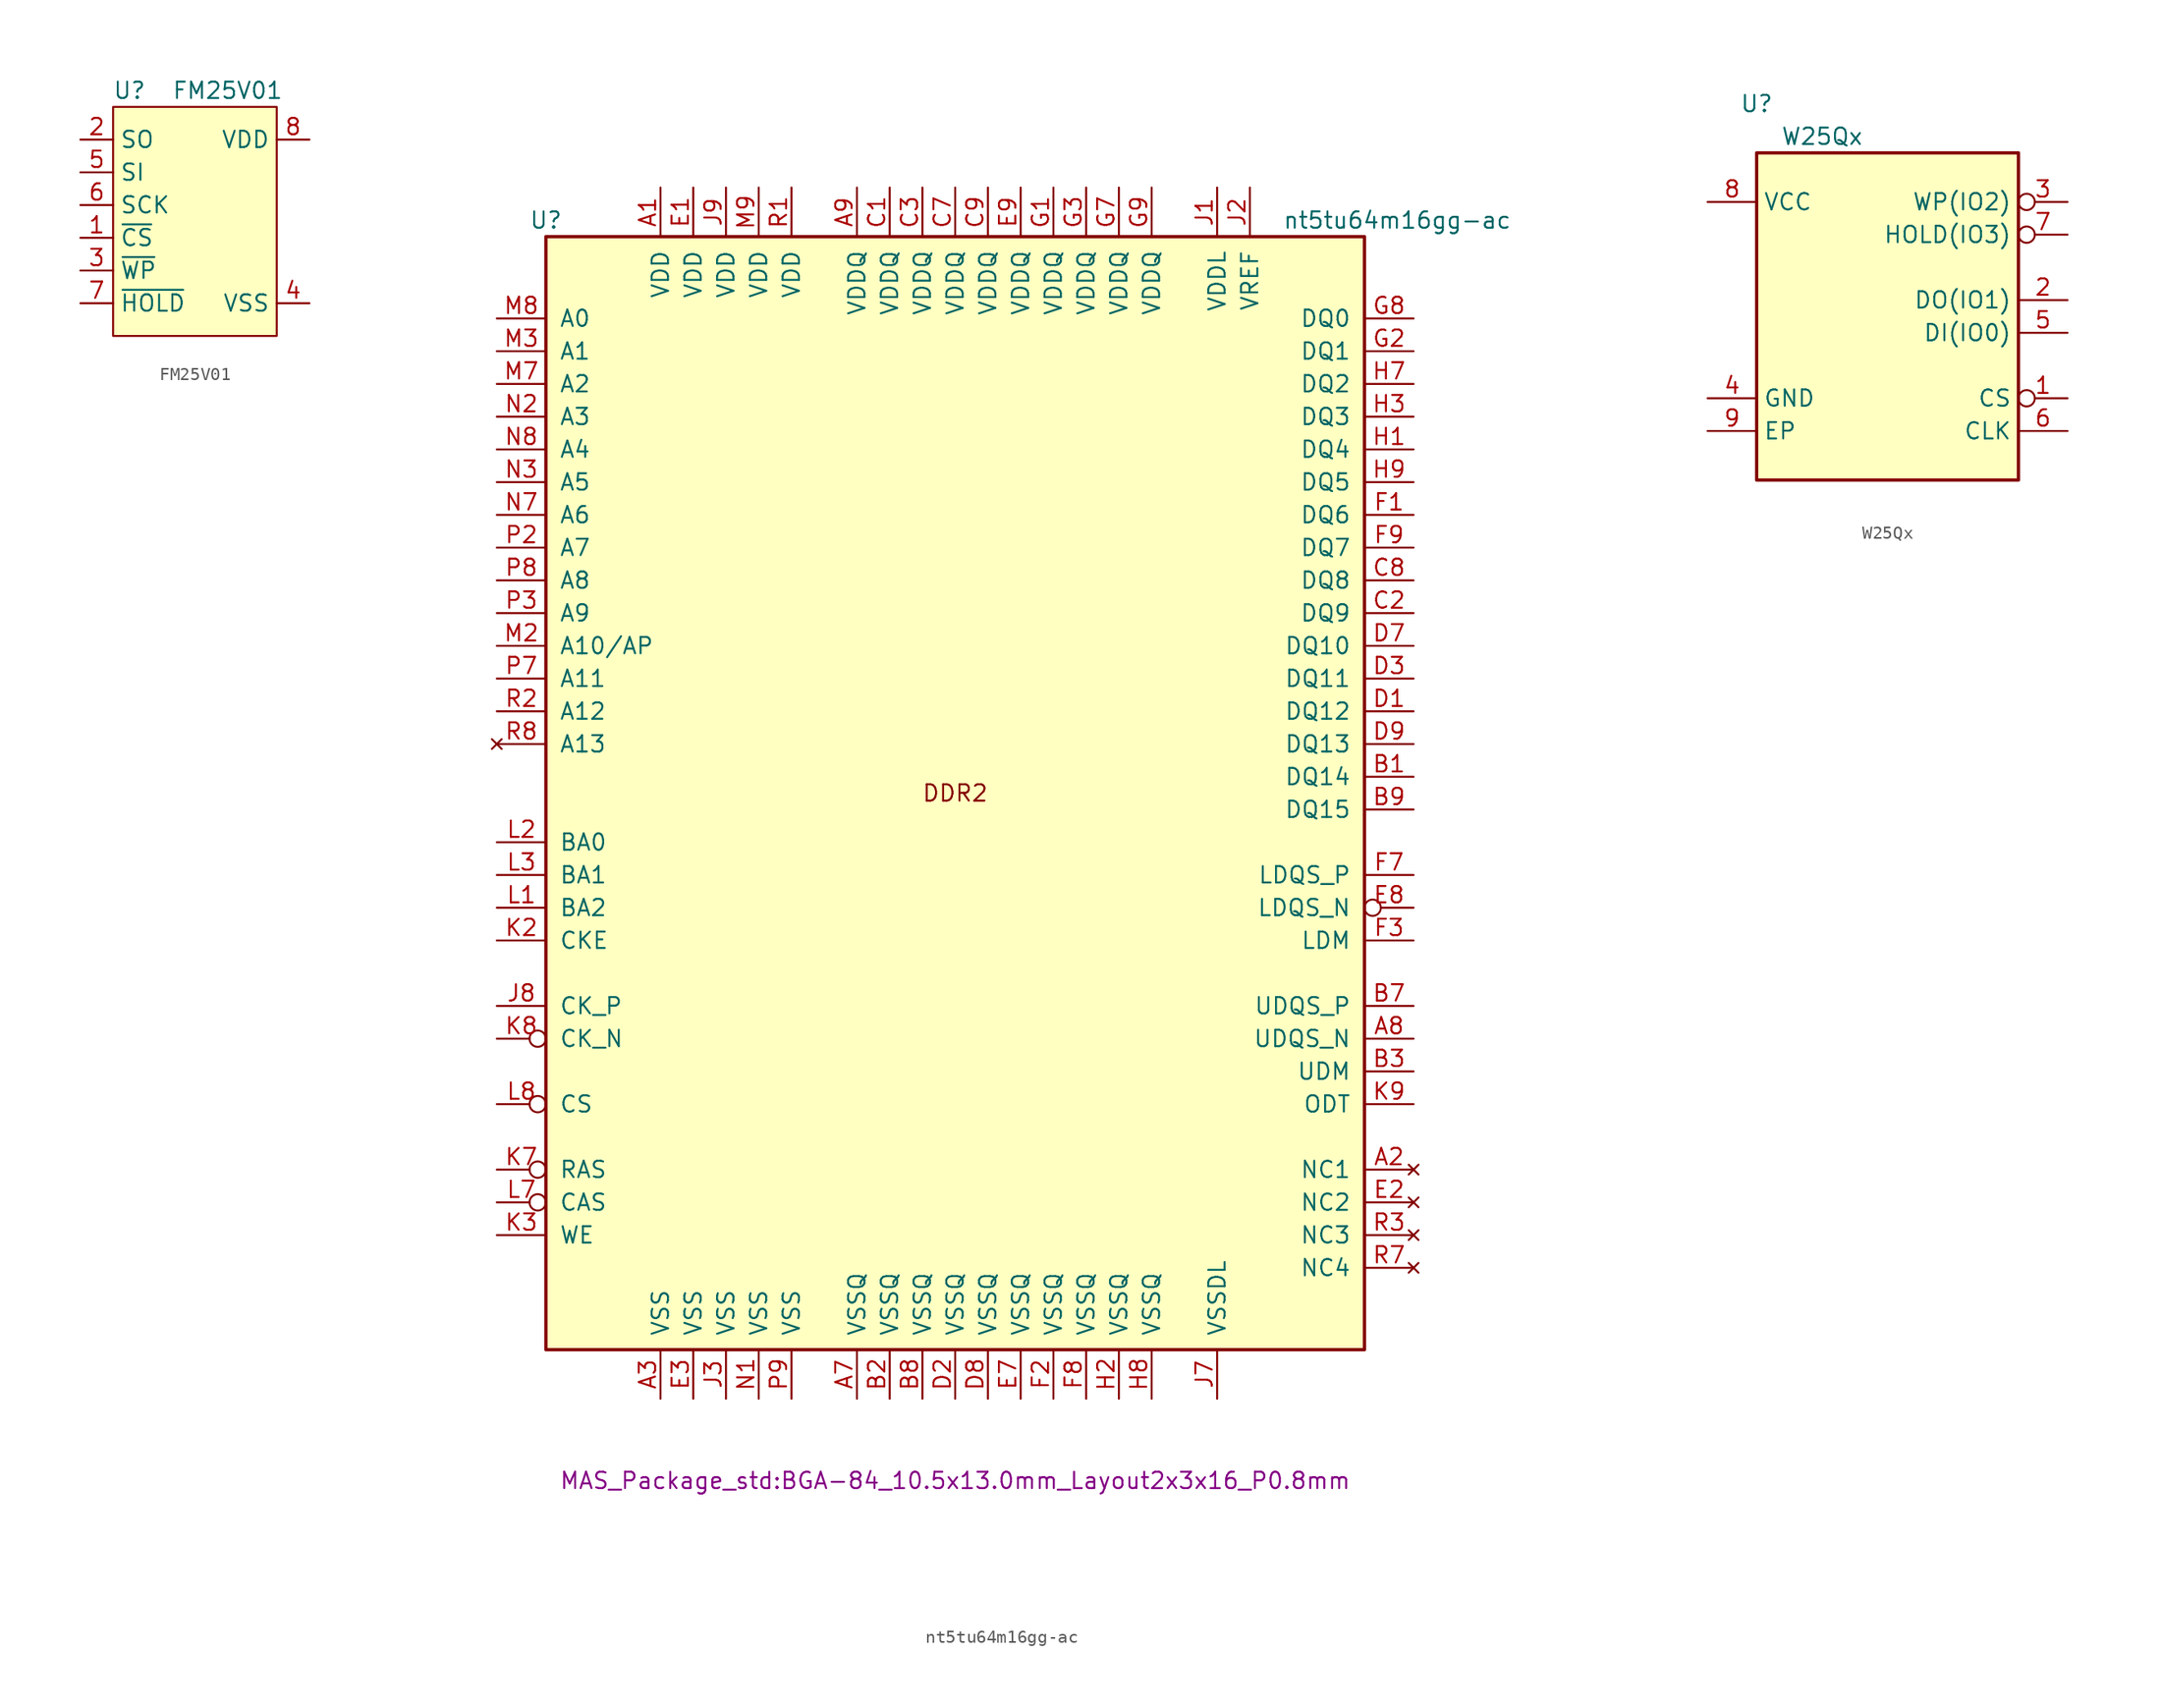
<source format=kicad_sym>
(kicad_symbol_lib
  (version 20211014)
  (generator kicad_symbol_editor)
  (symbol "FM25V01"
    (property "Reference" "U"
      (at -5.08 8.89 0)
      (effects (font (size 1.27 1.27))))
    (property "Value" "FM25V01"
      (at 2.54 8.89 0)
      (effects (font (size 1.27 1.27))))
    (symbol "FM25V01_0_0"
      (pin input line (at -8.89 -2.54 0) (length 2.54) (name "~{CS}" (effects (font (size 1.27 1.27)))) (number "1" (effects (font (size 1.27 1.27)))))
      (pin output line (at -8.89 5.08 0) (length 2.54) (name "SO" (effects (font (size 1.27 1.27)))) (number "2" (effects (font (size 1.27 1.27)))))
      (pin input line (at -8.89 -5.08 0) (length 2.54) (name "~{WP}" (effects (font (size 1.27 1.27)))) (number "3" (effects (font (size 1.27 1.27)))))
      (pin power_in line (at 8.89 -7.62 180) (length 2.54) (name "VSS" (effects (font (size 1.27 1.27)))) (number "4" (effects (font (size 1.27 1.27)))))
      (pin input line (at -8.89 2.54 0) (length 2.54) (name "SI" (effects (font (size 1.27 1.27)))) (number "5" (effects (font (size 1.27 1.27)))))
      (pin input line (at -8.89 0 0) (length 2.54) (name "SCK" (effects (font (size 1.27 1.27)))) (number "6" (effects (font (size 1.27 1.27)))))
      (pin input line (at -8.89 -7.62 0) (length 2.54) (name "~{HOLD}" (effects (font (size 1.27 1.27)))) (number "7" (effects (font (size 1.27 1.27)))))
      (pin power_in line (at 8.89 5.08 180) (length 2.54) (name "VDD" (effects (font (size 1.27 1.27)))) (number "8" (effects (font (size 1.27 1.27))))))
    (symbol "FM25V01_0_1"
      (rectangle (start -6.35 7.62) (end 6.35 -10.16) (stroke (width 0) (type default) (color 0 0 0 0)) (fill (type background)))))
  (symbol "nt5tu64m16gg-ac"
    (pin_names
      (offset 1.016))
    (property "Reference" "U"
      (at -31.75 44.45 0)
      (effects (font (size 1.27 1.27))))
    (property "Value" "nt5tu64m16gg-ac"
      (at 34.29 44.45 0)
      (effects (font (size 1.27 1.27))))
    (property "Footprint" "MAS_Package_std:BGA-84_10.5x13.0mm_Layout2x3x16_P0.8mm"
      (at 0 -53.34 0)
      (effects (font (size 1.27 1.27))))
    (symbol "nt5tu64m16gg-ac_0_0"
      (text "DDR2" (at 0 0 0) (effects (font (size 1.27 1.27))))
      (pin power_in line (at -22.86 46.99 270) (length 3.81) (name "VDD" (effects (font (size 1.27 1.27)))) (number "A1" (effects (font (size 1.27 1.27)))))
      (pin no_connect line (at 35.56 -29.21 180) (length 3.81) (name "NC1" (effects (font (size 1.27 1.27)))) (number "A2" (effects (font (size 1.27 1.27)))))
      (pin power_in line (at -22.86 -46.99 90) (length 3.81) (name "VSS" (effects (font (size 1.27 1.27)))) (number "A3" (effects (font (size 1.27 1.27)))))
      (pin power_in line (at -7.62 -46.99 90) (length 3.81) (name "VSSQ" (effects (font (size 1.27 1.27)))) (number "A7" (effects (font (size 1.27 1.27)))))
      (pin bidirectional line (at 35.56 -19.05 180) (length 3.81) (name "UDQS_N" (effects (font (size 1.27 1.27)))) (number "A8" (effects (font (size 1.27 1.27)))))
      (pin power_in line (at -7.62 46.99 270) (length 3.81) (name "VDDQ" (effects (font (size 1.27 1.27)))) (number "A9" (effects (font (size 1.27 1.27)))))
      (pin bidirectional line (at 35.56 1.27 180) (length 3.81) (name "DQ14" (effects (font (size 1.27 1.27)))) (number "B1" (effects (font (size 1.27 1.27)))))
      (pin power_in line (at -5.08 -46.99 90) (length 3.81) (name "VSSQ" (effects (font (size 1.27 1.27)))) (number "B2" (effects (font (size 1.27 1.27)))))
      (pin input line (at 35.56 -21.59 180) (length 3.81) (name "UDM" (effects (font (size 1.27 1.27)))) (number "B3" (effects (font (size 1.27 1.27)))))
      (pin bidirectional line (at 35.56 -16.51 180) (length 3.81) (name "UDQS_P" (effects (font (size 1.27 1.27)))) (number "B7" (effects (font (size 1.27 1.27)))))
      (pin power_in line (at -2.54 -46.99 90) (length 3.81) (name "VSSQ" (effects (font (size 1.27 1.27)))) (number "B8" (effects (font (size 1.27 1.27)))))
      (pin bidirectional line (at 35.56 -1.27 180) (length 3.81) (name "DQ15" (effects (font (size 1.27 1.27)))) (number "B9" (effects (font (size 1.27 1.27)))))
      (pin power_in line (at -5.08 46.99 270) (length 3.81) (name "VDDQ" (effects (font (size 1.27 1.27)))) (number "C1" (effects (font (size 1.27 1.27)))))
      (pin bidirectional line (at 35.56 13.97 180) (length 3.81) (name "DQ9" (effects (font (size 1.27 1.27)))) (number "C2" (effects (font (size 1.27 1.27)))))
      (pin power_in line (at -2.54 46.99 270) (length 3.81) (name "VDDQ" (effects (font (size 1.27 1.27)))) (number "C3" (effects (font (size 1.27 1.27)))))
      (pin power_in line (at 0 46.99 270) (length 3.81) (name "VDDQ" (effects (font (size 1.27 1.27)))) (number "C7" (effects (font (size 1.27 1.27)))))
      (pin bidirectional line (at 35.56 16.51 180) (length 3.81) (name "DQ8" (effects (font (size 1.27 1.27)))) (number "C8" (effects (font (size 1.27 1.27)))))
      (pin power_in line (at 2.54 46.99 270) (length 3.81) (name "VDDQ" (effects (font (size 1.27 1.27)))) (number "C9" (effects (font (size 1.27 1.27)))))
      (pin bidirectional line (at 35.56 6.35 180) (length 3.81) (name "DQ12" (effects (font (size 1.27 1.27)))) (number "D1" (effects (font (size 1.27 1.27)))))
      (pin power_in line (at 0 -46.99 90) (length 3.81) (name "VSSQ" (effects (font (size 1.27 1.27)))) (number "D2" (effects (font (size 1.27 1.27)))))
      (pin bidirectional line (at 35.56 8.89 180) (length 3.81) (name "DQ11" (effects (font (size 1.27 1.27)))) (number "D3" (effects (font (size 1.27 1.27)))))
      (pin bidirectional line (at 35.56 11.43 180) (length 3.81) (name "DQ10" (effects (font (size 1.27 1.27)))) (number "D7" (effects (font (size 1.27 1.27)))))
      (pin power_in line (at 2.54 -46.99 90) (length 3.81) (name "VSSQ" (effects (font (size 1.27 1.27)))) (number "D8" (effects (font (size 1.27 1.27)))))
      (pin bidirectional line (at 35.56 3.81 180) (length 3.81) (name "DQ13" (effects (font (size 1.27 1.27)))) (number "D9" (effects (font (size 1.27 1.27)))))
      (pin power_in line (at -20.32 46.99 270) (length 3.81) (name "VDD" (effects (font (size 1.27 1.27)))) (number "E1" (effects (font (size 1.27 1.27)))))
      (pin no_connect line (at 35.56 -31.75 180) (length 3.81) (name "NC2" (effects (font (size 1.27 1.27)))) (number "E2" (effects (font (size 1.27 1.27)))))
      (pin power_in line (at -20.32 -46.99 90) (length 3.81) (name "VSS" (effects (font (size 1.27 1.27)))) (number "E3" (effects (font (size 1.27 1.27)))))
      (pin power_in line (at 5.08 -46.99 90) (length 3.81) (name "VSSQ" (effects (font (size 1.27 1.27)))) (number "E7" (effects (font (size 1.27 1.27)))))
      (pin bidirectional inverted (at 35.56 -8.89 180) (length 3.81) (name "LDQS_N" (effects (font (size 1.27 1.27)))) (number "E8" (effects (font (size 1.27 1.27)))))
      (pin power_in line (at 5.08 46.99 270) (length 3.81) (name "VDDQ" (effects (font (size 1.27 1.27)))) (number "E9" (effects (font (size 1.27 1.27)))))
      (pin bidirectional line (at 35.56 21.59 180) (length 3.81) (name "DQ6" (effects (font (size 1.27 1.27)))) (number "F1" (effects (font (size 1.27 1.27)))))
      (pin power_in line (at 7.62 -46.99 90) (length 3.81) (name "VSSQ" (effects (font (size 1.27 1.27)))) (number "F2" (effects (font (size 1.27 1.27)))))
      (pin input line (at 35.56 -11.43 180) (length 3.81) (name "LDM" (effects (font (size 1.27 1.27)))) (number "F3" (effects (font (size 1.27 1.27)))))
      (pin bidirectional line (at 35.56 -6.35 180) (length 3.81) (name "LDQS_P" (effects (font (size 1.27 1.27)))) (number "F7" (effects (font (size 1.27 1.27)))))
      (pin power_in line (at 10.16 -46.99 90) (length 3.81) (name "VSSQ" (effects (font (size 1.27 1.27)))) (number "F8" (effects (font (size 1.27 1.27)))))
      (pin bidirectional line (at 35.56 19.05 180) (length 3.81) (name "DQ7" (effects (font (size 1.27 1.27)))) (number "F9" (effects (font (size 1.27 1.27)))))
      (pin power_in line (at 7.62 46.99 270) (length 3.81) (name "VDDQ" (effects (font (size 1.27 1.27)))) (number "G1" (effects (font (size 1.27 1.27)))))
      (pin bidirectional line (at 35.56 34.29 180) (length 3.81) (name "DQ1" (effects (font (size 1.27 1.27)))) (number "G2" (effects (font (size 1.27 1.27)))))
      (pin power_in line (at 10.16 46.99 270) (length 3.81) (name "VDDQ" (effects (font (size 1.27 1.27)))) (number "G3" (effects (font (size 1.27 1.27)))))
      (pin power_in line (at 12.7 46.99 270) (length 3.81) (name "VDDQ" (effects (font (size 1.27 1.27)))) (number "G7" (effects (font (size 1.27 1.27)))))
      (pin bidirectional line (at 35.56 36.83 180) (length 3.81) (name "DQ0" (effects (font (size 1.27 1.27)))) (number "G8" (effects (font (size 1.27 1.27)))))
      (pin power_in line (at 15.24 46.99 270) (length 3.81) (name "VDDQ" (effects (font (size 1.27 1.27)))) (number "G9" (effects (font (size 1.27 1.27)))))
      (pin bidirectional line (at 35.56 26.67 180) (length 3.81) (name "DQ4" (effects (font (size 1.27 1.27)))) (number "H1" (effects (font (size 1.27 1.27)))))
      (pin power_in line (at 12.7 -46.99 90) (length 3.81) (name "VSSQ" (effects (font (size 1.27 1.27)))) (number "H2" (effects (font (size 1.27 1.27)))))
      (pin bidirectional line (at 35.56 29.21 180) (length 3.81) (name "DQ3" (effects (font (size 1.27 1.27)))) (number "H3" (effects (font (size 1.27 1.27)))))
      (pin bidirectional line (at 35.56 31.75 180) (length 3.81) (name "DQ2" (effects (font (size 1.27 1.27)))) (number "H7" (effects (font (size 1.27 1.27)))))
      (pin power_in line (at 15.24 -46.99 90) (length 3.81) (name "VSSQ" (effects (font (size 1.27 1.27)))) (number "H8" (effects (font (size 1.27 1.27)))))
      (pin bidirectional line (at 35.56 24.13 180) (length 3.81) (name "DQ5" (effects (font (size 1.27 1.27)))) (number "H9" (effects (font (size 1.27 1.27)))))
      (pin power_in line (at 20.32 46.99 270) (length 3.81) (name "VDDL" (effects (font (size 1.27 1.27)))) (number "J1" (effects (font (size 1.27 1.27)))))
      (pin power_in line (at 22.86 46.99 270) (length 3.81) (name "VREF" (effects (font (size 1.27 1.27)))) (number "J2" (effects (font (size 1.27 1.27)))))
      (pin power_in line (at -17.78 -46.99 90) (length 3.81) (name "VSS" (effects (font (size 1.27 1.27)))) (number "J3" (effects (font (size 1.27 1.27)))))
      (pin power_in line (at 20.32 -46.99 90) (length 3.81) (name "VSSDL" (effects (font (size 1.27 1.27)))) (number "J7" (effects (font (size 1.27 1.27)))))
      (pin input line (at -35.56 -16.51 0) (length 3.81) (name "CK_P" (effects (font (size 1.27 1.27)))) (number "J8" (effects (font (size 1.27 1.27)))))
      (pin power_in line (at -17.78 46.99 270) (length 3.81) (name "VDD" (effects (font (size 1.27 1.27)))) (number "J9" (effects (font (size 1.27 1.27)))))
      (pin input line (at -35.56 -11.43 0) (length 3.81) (name "CKE" (effects (font (size 1.27 1.27)))) (number "K2" (effects (font (size 1.27 1.27)))))
      (pin input line (at -35.56 -34.29 0) (length 3.81) (name "WE" (effects (font (size 1.27 1.27)))) (number "K3" (effects (font (size 1.27 1.27)))))
      (pin input inverted (at -35.56 -29.21 0) (length 3.81) (name "RAS" (effects (font (size 1.27 1.27)))) (number "K7" (effects (font (size 1.27 1.27)))))
      (pin input inverted (at -35.56 -19.05 0) (length 3.81) (name "CK_N" (effects (font (size 1.27 1.27)))) (number "K8" (effects (font (size 1.27 1.27)))))
      (pin input line (at 35.56 -24.13 180) (length 3.81) (name "ODT" (effects (font (size 1.27 1.27)))) (number "K9" (effects (font (size 1.27 1.27)))))
      (pin input line (at -35.56 -8.89 0) (length 3.81) (name "BA2" (effects (font (size 1.27 1.27)))) (number "L1" (effects (font (size 1.27 1.27)))))
      (pin input line (at -35.56 -3.81 0) (length 3.81) (name "BA0" (effects (font (size 1.27 1.27)))) (number "L2" (effects (font (size 1.27 1.27)))))
      (pin input line (at -35.56 -6.35 0) (length 3.81) (name "BA1" (effects (font (size 1.27 1.27)))) (number "L3" (effects (font (size 1.27 1.27)))))
      (pin input inverted (at -35.56 -31.75 0) (length 3.81) (name "CAS" (effects (font (size 1.27 1.27)))) (number "L7" (effects (font (size 1.27 1.27)))))
      (pin input inverted (at -35.56 -24.13 0) (length 3.81) (name "CS" (effects (font (size 1.27 1.27)))) (number "L8" (effects (font (size 1.27 1.27)))))
      (pin input line (at -35.56 11.43 0) (length 3.81) (name "A10/AP" (effects (font (size 1.27 1.27)))) (number "M2" (effects (font (size 1.27 1.27)))))
      (pin input line (at -35.56 34.29 0) (length 3.81) (name "A1" (effects (font (size 1.27 1.27)))) (number "M3" (effects (font (size 1.27 1.27)))))
      (pin input line (at -35.56 31.75 0) (length 3.81) (name "A2" (effects (font (size 1.27 1.27)))) (number "M7" (effects (font (size 1.27 1.27)))))
      (pin input line (at -35.56 36.83 0) (length 3.81) (name "A0" (effects (font (size 1.27 1.27)))) (number "M8" (effects (font (size 1.27 1.27)))))
      (pin power_in line (at -15.24 46.99 270) (length 3.81) (name "VDD" (effects (font (size 1.27 1.27)))) (number "M9" (effects (font (size 1.27 1.27)))))
      (pin power_in line (at -15.24 -46.99 90) (length 3.81) (name "VSS" (effects (font (size 1.27 1.27)))) (number "N1" (effects (font (size 1.27 1.27)))))
      (pin input line (at -35.56 29.21 0) (length 3.81) (name "A3" (effects (font (size 1.27 1.27)))) (number "N2" (effects (font (size 1.27 1.27)))))
      (pin input line (at -35.56 24.13 0) (length 3.81) (name "A5" (effects (font (size 1.27 1.27)))) (number "N3" (effects (font (size 1.27 1.27)))))
      (pin input line (at -35.56 21.59 0) (length 3.81) (name "A6" (effects (font (size 1.27 1.27)))) (number "N7" (effects (font (size 1.27 1.27)))))
      (pin input line (at -35.56 26.67 0) (length 3.81) (name "A4" (effects (font (size 1.27 1.27)))) (number "N8" (effects (font (size 1.27 1.27)))))
      (pin input line (at -35.56 19.05 0) (length 3.81) (name "A7" (effects (font (size 1.27 1.27)))) (number "P2" (effects (font (size 1.27 1.27)))))
      (pin input line (at -35.56 13.97 0) (length 3.81) (name "A9" (effects (font (size 1.27 1.27)))) (number "P3" (effects (font (size 1.27 1.27)))))
      (pin input line (at -35.56 8.89 0) (length 3.81) (name "A11" (effects (font (size 1.27 1.27)))) (number "P7" (effects (font (size 1.27 1.27)))))
      (pin input line (at -35.56 16.51 0) (length 3.81) (name "A8" (effects (font (size 1.27 1.27)))) (number "P8" (effects (font (size 1.27 1.27)))))
      (pin power_in line (at -12.7 -46.99 90) (length 3.81) (name "VSS" (effects (font (size 1.27 1.27)))) (number "P9" (effects (font (size 1.27 1.27)))))
      (pin power_in line (at -12.7 46.99 270) (length 3.81) (name "VDD" (effects (font (size 1.27 1.27)))) (number "R1" (effects (font (size 1.27 1.27)))))
      (pin input line (at -35.56 6.35 0) (length 3.81) (name "A12" (effects (font (size 1.27 1.27)))) (number "R2" (effects (font (size 1.27 1.27)))))
      (pin no_connect line (at 35.56 -34.29 180) (length 3.81) (name "NC3" (effects (font (size 1.27 1.27)))) (number "R3" (effects (font (size 1.27 1.27)))))
      (pin no_connect line (at 35.56 -36.83 180) (length 3.81) (name "NC4" (effects (font (size 1.27 1.27)))) (number "R7" (effects (font (size 1.27 1.27)))))
      (pin no_connect line (at -35.56 3.81 0) (length 3.81) (name "A13" (effects (font (size 1.27 1.27)))) (number "R8" (effects (font (size 1.27 1.27))))))
    (symbol "nt5tu64m16gg-ac_1_1"
      (rectangle (start -31.75 43.18) (end 31.75 -43.18) (stroke (width 0.254) (type default) (color 0 0 0 0)) (fill (type background)))))
  (symbol "W25Qx"
    (property "Reference" "U"
      (at -10.16 16.51 0)
      (effects (font (size 1.27 1.27))))
    (property "Value" "W25Qx"
      (at -5.08 13.97 0)
      (effects (font (size 1.27 1.27))))
    (symbol "W25Qx_0_1"
      (rectangle (start -10.16 12.7) (end 10.16 -12.7) (stroke (width 0.254) (type default) (color 0 0 0 0)) (fill (type background))))
    (symbol "W25Qx_1_1"
      (pin input inverted (at 13.97 -6.35 180) (length 3.81) (name "CS" (effects (font (size 1.27 1.27)))) (number "1" (effects (font (size 1.27 1.27)))))
      (pin bidirectional line (at 13.97 1.27 180) (length 3.81) (name "DO(IO1)" (effects (font (size 1.27 1.27)))) (number "2" (effects (font (size 1.27 1.27)))))
      (pin bidirectional inverted (at 13.97 8.89 180) (length 3.81) (name "WP(IO2)" (effects (font (size 1.27 1.27)))) (number "3" (effects (font (size 1.27 1.27)))))
      (pin power_in line (at -13.97 -6.35 0) (length 3.81) (name "GND" (effects (font (size 1.27 1.27)))) (number "4" (effects (font (size 1.27 1.27)))))
      (pin bidirectional line (at 13.97 -1.27 180) (length 3.81) (name "DI(IO0)" (effects (font (size 1.27 1.27)))) (number "5" (effects (font (size 1.27 1.27)))))
      (pin input line (at 13.97 -8.89 180) (length 3.81) (name "CLK" (effects (font (size 1.27 1.27)))) (number "6" (effects (font (size 1.27 1.27)))))
      (pin bidirectional inverted (at 13.97 6.35 180) (length 3.81) (name "HOLD(IO3)" (effects (font (size 1.27 1.27)))) (number "7" (effects (font (size 1.27 1.27)))))
      (pin power_in line (at -13.97 8.89 0) (length 3.81) (name "VCC" (effects (font (size 1.27 1.27)))) (number "8" (effects (font (size 1.27 1.27)))))
      (pin passive line (at -13.97 -8.89 0) (length 3.81) (name "EP" (effects (font (size 1.27 1.27)))) (number "9" (effects (font (size 1.27 1.27))))))))
</source>
